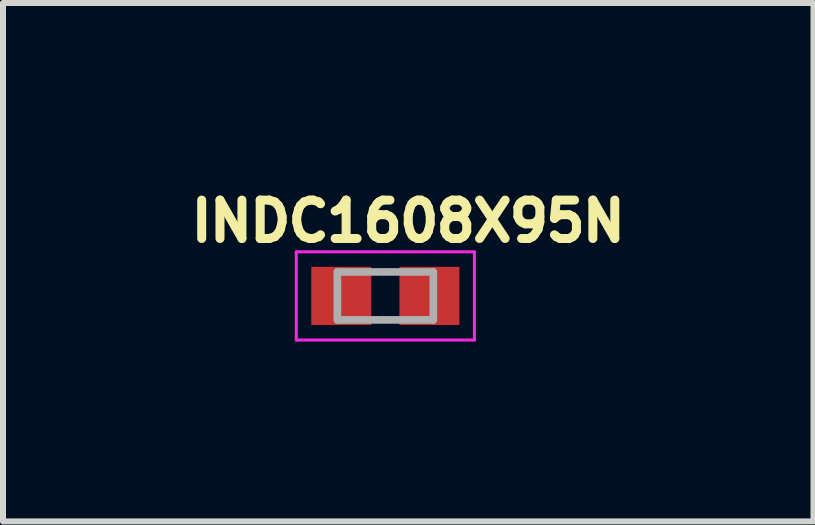
<source format=kicad_pcb>
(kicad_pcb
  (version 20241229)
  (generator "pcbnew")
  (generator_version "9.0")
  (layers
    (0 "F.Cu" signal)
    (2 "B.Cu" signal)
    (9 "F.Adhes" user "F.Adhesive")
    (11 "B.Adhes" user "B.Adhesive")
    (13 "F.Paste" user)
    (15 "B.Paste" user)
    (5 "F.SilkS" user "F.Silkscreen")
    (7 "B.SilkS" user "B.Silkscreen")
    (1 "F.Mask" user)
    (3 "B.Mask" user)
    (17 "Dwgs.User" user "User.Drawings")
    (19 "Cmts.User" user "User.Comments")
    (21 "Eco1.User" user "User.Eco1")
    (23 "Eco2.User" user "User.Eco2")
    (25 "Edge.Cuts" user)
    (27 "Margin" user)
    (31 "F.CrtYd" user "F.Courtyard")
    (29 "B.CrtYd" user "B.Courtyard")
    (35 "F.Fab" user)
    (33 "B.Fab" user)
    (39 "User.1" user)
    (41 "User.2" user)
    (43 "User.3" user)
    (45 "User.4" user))
  (footprint "INDC1608X95N"
    (layer "F.Cu")
    (at 3.375 1.884)
    (property "Reference" "INDC1608X95N" (at 0.382 -1.246 0) (layer "F.SilkS") (effects (font (size 0.64 0.64) (thickness 0.15))))
    (attr smd)
    (fp_line (start -1.485 -0.735) (end 1.485 -0.735) (stroke (width 0.05) (type solid)) (layer "F.CrtYd"))
    (fp_line (start -1.485 0.735) (end -1.485 -0.735) (stroke (width 0.05) (type solid)) (layer "F.CrtYd"))
    (fp_line (start 1.485 -0.735) (end 1.485 0.735) (stroke (width 0.05) (type solid)) (layer "F.CrtYd"))
    (fp_line (start 1.485 0.735) (end -1.485 0.735) (stroke (width 0.05) (type solid)) (layer "F.CrtYd"))
    (fp_line (start -0.8 -0.4) (end 0.8 -0.4) (stroke (width 0.127) (type solid)) (layer "F.Fab"))
    (fp_line (start -0.8 0.4) (end -0.8 -0.4) (stroke (width 0.127) (type solid)) (layer "F.Fab"))
    (fp_line (start 0.8 -0.4) (end 0.8 0.4) (stroke (width 0.127) (type solid)) (layer "F.Fab"))
    (fp_line (start 0.8 0.4) (end -0.8 0.4) (stroke (width 0.127) (type solid)) (layer "F.Fab"))
    (pad "1" smd rect (at -0.735 0) (size 1 0.97) (layers "F.Cu" "F.Mask" "F.Paste"))
    (pad "2" smd rect (at 0.735 0) (size 1 0.97) (layers "F.Cu" "F.Mask" "F.Paste")))
  (gr_rect
    (start -3 -3)
    (end 10.514 5.644)
    (stroke (width 0.1) (type default))
    (fill no)
    (layer "Edge.Cuts")))
</source>
